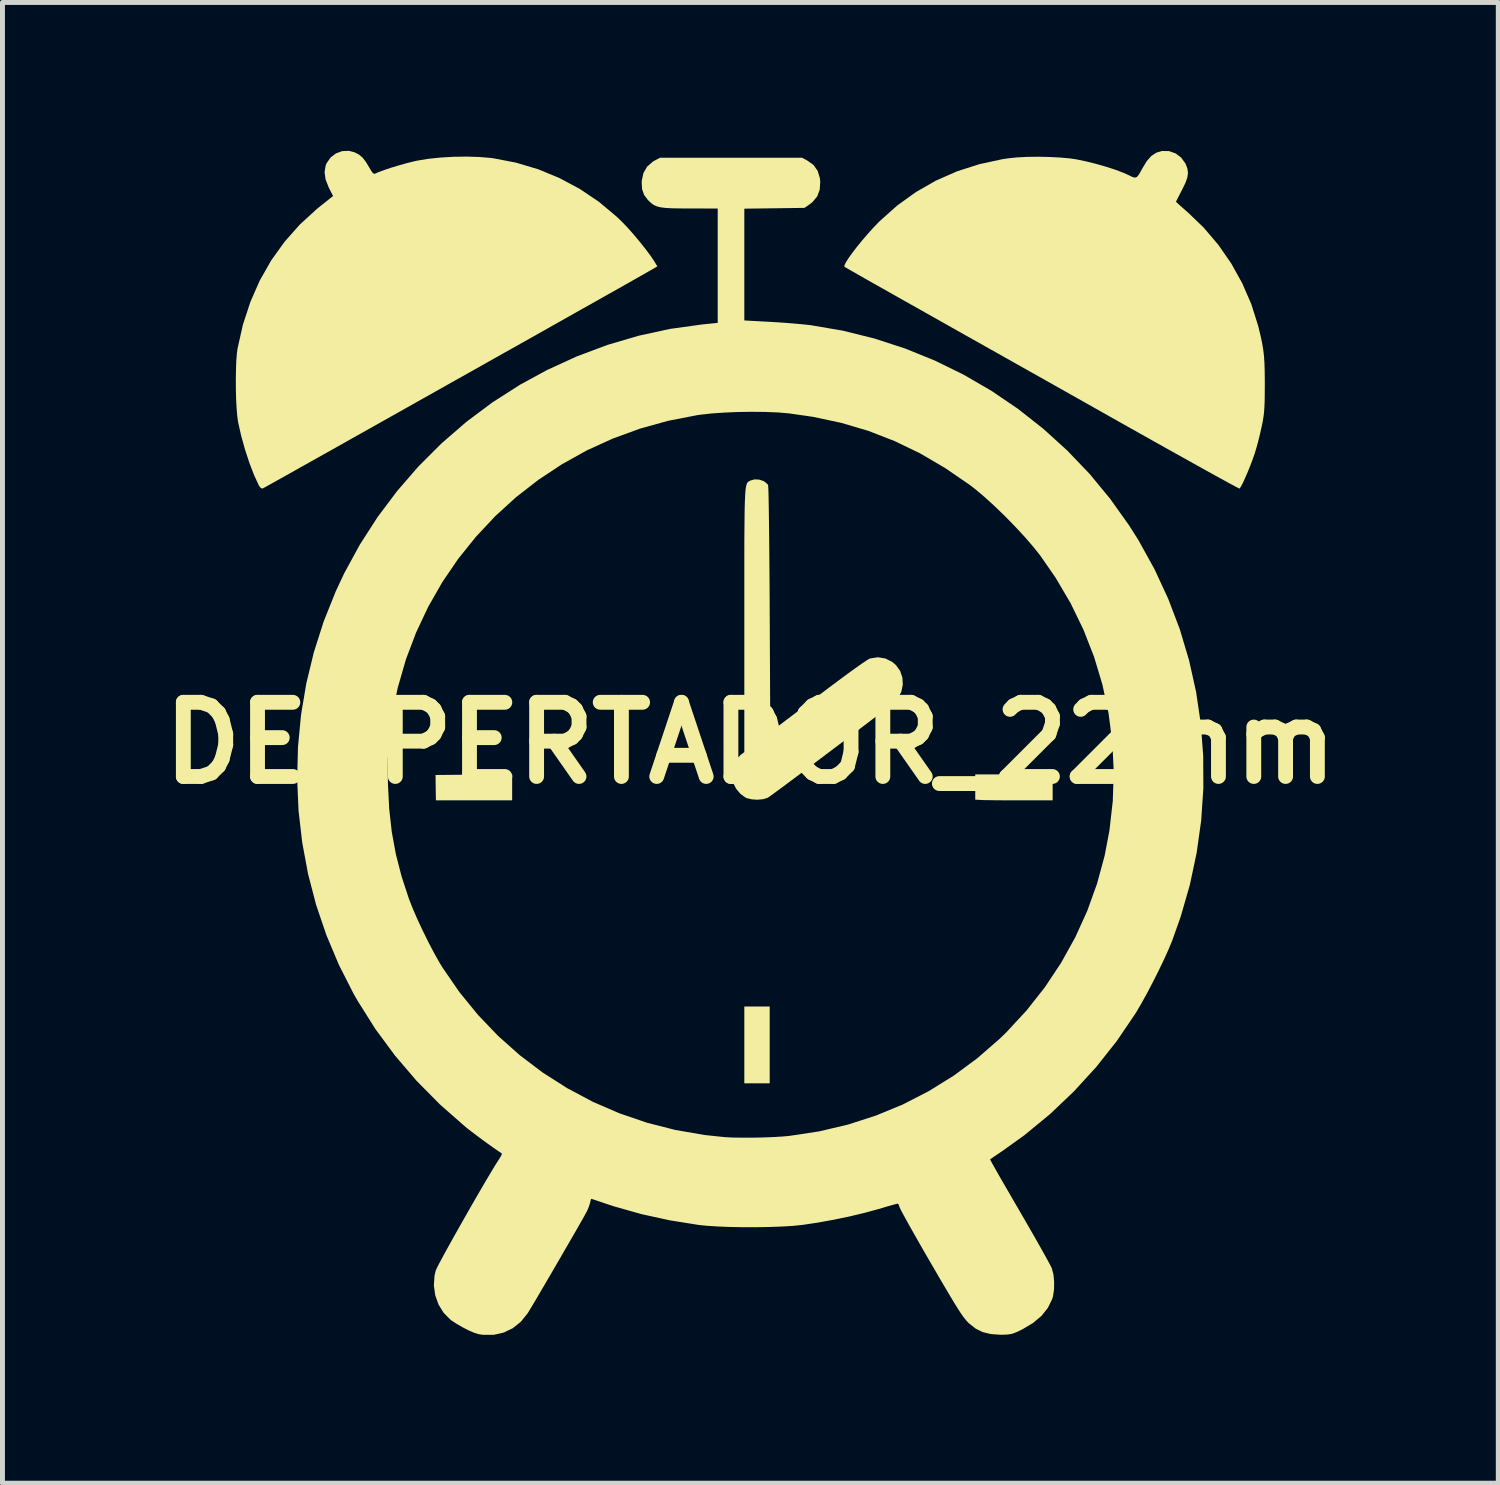
<source format=kicad_pcb>
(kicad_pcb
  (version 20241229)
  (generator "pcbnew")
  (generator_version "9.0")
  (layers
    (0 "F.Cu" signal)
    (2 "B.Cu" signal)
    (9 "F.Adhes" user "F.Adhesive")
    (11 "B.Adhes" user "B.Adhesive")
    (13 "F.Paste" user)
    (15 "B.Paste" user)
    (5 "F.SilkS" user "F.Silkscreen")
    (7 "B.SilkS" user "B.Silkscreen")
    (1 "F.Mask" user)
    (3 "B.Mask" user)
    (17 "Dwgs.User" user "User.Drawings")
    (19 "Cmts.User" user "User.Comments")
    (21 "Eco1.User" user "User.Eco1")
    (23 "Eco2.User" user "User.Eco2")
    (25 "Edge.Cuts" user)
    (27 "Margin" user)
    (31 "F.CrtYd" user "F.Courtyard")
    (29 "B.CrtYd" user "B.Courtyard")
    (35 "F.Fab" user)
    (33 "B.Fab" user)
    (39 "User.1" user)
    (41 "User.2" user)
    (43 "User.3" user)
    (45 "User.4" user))
  (footprint "DESPERTADOR_22mm"
    (layer "F.Cu")
    (at 12.121 11.971)
    (property "Reference" "DESPERTADOR_22mm" (at 0 0 0) (layer "F.SilkS") (effects (font (size 1.5 1.5) (thickness 0.3))))
    (attr board_only exclude_from_pos_files exclude_from_bom)
    (fp_poly (pts (xy 0.391 6.106) (xy 0.391 6.882) (xy 0.134 6.882) (xy -0.122 6.882) (xy -0.122 6.106) (xy -0.122 5.329) (xy 0.134 5.329) (xy 0.391 5.329)) (stroke (width 0) (type solid)) (fill yes) (layer "F.SilkS"))
    (fp_poly (pts (xy 6.112 0.898) (xy 6.112 1.161) (xy 5.47 1.161) (xy 5.289 1.161) (xy 5.117 1.16) (xy 4.961 1.159) (xy 4.831 1.157) (xy 4.735 1.156) (xy 4.688 1.154) (xy 4.547 1.147) (xy 4.547 0.891) (xy 4.547 0.636) (xy 5.329 0.636) (xy 6.112 0.636)) (stroke (width 0) (type solid)) (fill yes) (layer "F.SilkS"))
    (fp_poly (pts (xy -4.816 0.898) (xy -4.816 1.161) (xy -5.586 1.161) (xy -5.775 1.161) (xy -5.946 1.161) (xy -6.096 1.161) (xy -6.217 1.161) (xy -6.304 1.161) (xy -6.35 1.161) (xy -6.357 1.161) (xy -6.358 1.138) (xy -6.359 1.077) (xy -6.361 0.987) (xy -6.362 0.905) (xy -6.365 0.648) (xy -5.591 0.641) (xy -4.816 0.635)) (stroke (width 0) (type solid)) (fill yes) (layer "F.SilkS"))
    (fp_poly (pts (xy 0.185 -5.323) (xy 0.276 -5.291) (xy 0.343 -5.236) (xy 0.359 -5.212) (xy 0.361 -5.182) (xy 0.365 -5.107) (xy 0.368 -4.989) (xy 0.371 -4.833) (xy 0.374 -4.641) (xy 0.377 -4.416) (xy 0.38 -4.163) (xy 0.383 -3.884) (xy 0.385 -3.583) (xy 0.388 -3.263) (xy 0.39 -2.927) (xy 0.391 -2.694) (xy 0.403 -0.218) (xy 1.367 -0.95) (xy 1.587 -1.116) (xy 1.788 -1.266) (xy 1.966 -1.398) (xy 2.12 -1.509) (xy 2.246 -1.598) (xy 2.341 -1.662) (xy 2.402 -1.7) (xy 2.421 -1.708) (xy 2.578 -1.732) (xy 2.729 -1.708) (xy 2.868 -1.638) (xy 2.943 -1.574) (xy 3.028 -1.457) (xy 3.074 -1.321) (xy 3.082 -1.176) (xy 3.052 -1.034) (xy 2.984 -0.904) (xy 2.917 -0.829) (xy 2.88 -0.797) (xy 2.808 -0.74) (xy 2.706 -0.661) (xy 2.578 -0.563) (xy 2.428 -0.448) (xy 2.261 -0.321) (xy 2.08 -0.184) (xy 1.89 -0.039) (xy 1.695 0.108) (xy 1.498 0.257) (xy 1.304 0.403) (xy 1.117 0.543) (xy 0.941 0.675) (xy 0.78 0.795) (xy 0.639 0.9) (xy 0.521 0.987) (xy 0.43 1.053) (xy 0.371 1.095) (xy 0.35 1.109) (xy 0.258 1.137) (xy 0.142 1.148) (xy 0.024 1.14) (xy -0.077 1.115) (xy -0.093 1.108) (xy -0.199 1.032) (xy -0.288 0.926) (xy -0.351 0.801) (xy -0.383 0.671) (xy -0.378 0.557) (xy -0.336 0.431) (xy -0.271 0.319) (xy -0.195 0.24) (xy -0.122 0.186) (xy -0.122 -2.475) (xy -0.122 -2.901) (xy -0.122 -3.281) (xy -0.122 -3.618) (xy -0.122 -3.914) (xy -0.121 -4.172) (xy -0.119 -4.395) (xy -0.117 -4.584) (xy -0.115 -4.744) (xy -0.111 -4.877) (xy -0.106 -4.985) (xy -0.101 -5.072) (xy -0.094 -5.139) (xy -0.086 -5.19) (xy -0.076 -5.227) (xy -0.065 -5.254) (xy -0.052 -5.272) (xy -0.038 -5.284) (xy -0.021 -5.294) (xy -0.003 -5.303) (xy -0.001 -5.304) (xy 0.087 -5.329)) (stroke (width 0) (type solid)) (fill yes) (layer "F.SilkS"))
    (fp_poly (pts (xy -8 -11.941) (xy -7.913 -11.896) (xy -7.841 -11.835) (xy -7.773 -11.747) (xy -7.711 -11.644) (xy -7.663 -11.563) (xy -7.63 -11.52) (xy -7.603 -11.506) (xy -7.583 -11.512) (xy -7.51 -11.544) (xy -7.401 -11.584) (xy -7.266 -11.629) (xy -7.118 -11.674) (xy -6.967 -11.717) (xy -6.825 -11.753) (xy -6.737 -11.773) (xy -6.521 -11.809) (xy -6.273 -11.835) (xy -6.007 -11.851) (xy -5.738 -11.855) (xy -5.481 -11.847) (xy -5.25 -11.828) (xy -5.203 -11.822) (xy -4.74 -11.733) (xy -4.29 -11.599) (xy -3.858 -11.42) (xy -3.447 -11.2) (xy -3.061 -10.94) (xy -2.704 -10.641) (xy -2.59 -10.531) (xy -2.479 -10.415) (xy -2.358 -10.278) (xy -2.235 -10.131) (xy -2.119 -9.985) (xy -2.018 -9.85) (xy -1.941 -9.736) (xy -1.925 -9.709) (xy -1.881 -9.635) (xy -2.047 -9.539) (xy -2.1 -9.509) (xy -2.191 -9.457) (xy -2.318 -9.385) (xy -2.477 -9.295) (xy -2.667 -9.187) (xy -2.885 -9.065) (xy -3.129 -8.927) (xy -3.395 -8.778) (xy -3.68 -8.617) (xy -3.984 -8.446) (xy -4.302 -8.266) (xy -4.633 -8.08) (xy -4.973 -7.889) (xy -5.321 -7.693) (xy -5.673 -7.495) (xy -6.028 -7.296) (xy -6.381 -7.097) (xy -6.732 -6.9) (xy -7.076 -6.706) (xy -7.413 -6.517) (xy -7.738 -6.334) (xy -8.05 -6.159) (xy -8.346 -5.992) (xy -8.623 -5.837) (xy -8.879 -5.693) (xy -9.112 -5.563) (xy -9.317 -5.447) (xy -9.494 -5.348) (xy -9.64 -5.267) (xy -9.751 -5.205) (xy -9.825 -5.164) (xy -9.86 -5.145) (xy -9.862 -5.143) (xy -9.899 -5.154) (xy -9.936 -5.204) (xy -10.034 -5.415) (xy -10.129 -5.663) (xy -10.218 -5.934) (xy -10.296 -6.215) (xy -10.358 -6.491) (xy -10.374 -6.608) (xy -10.387 -6.763) (xy -10.397 -6.944) (xy -10.402 -7.142) (xy -10.403 -7.344) (xy -10.4 -7.54) (xy -10.394 -7.72) (xy -10.382 -7.871) (xy -10.369 -7.97) (xy -10.26 -8.456) (xy -10.109 -8.916) (xy -9.919 -9.349) (xy -9.689 -9.754) (xy -9.419 -10.131) (xy -9.111 -10.479) (xy -8.765 -10.796) (xy -8.69 -10.857) (xy -8.437 -11.058) (xy -8.523 -11.227) (xy -8.588 -11.391) (xy -8.609 -11.539) (xy -8.587 -11.673) (xy -8.568 -11.72) (xy -8.488 -11.836) (xy -8.379 -11.919) (xy -8.252 -11.966) (xy -8.115 -11.971)) (stroke (width 0) (type solid)) (fill yes) (layer "F.SilkS"))
    (fp_poly (pts (xy 8.465 -11.966) (xy 8.597 -11.92) (xy 8.709 -11.836) (xy 8.794 -11.719) (xy 8.804 -11.699) (xy 8.837 -11.609) (xy 8.848 -11.524) (xy 8.835 -11.433) (xy 8.797 -11.325) (xy 8.731 -11.189) (xy 8.727 -11.182) (xy 8.678 -11.086) (xy 8.638 -11.008) (xy 8.612 -10.957) (xy 8.605 -10.941) (xy 8.623 -10.924) (xy 8.67 -10.881) (xy 8.741 -10.818) (xy 8.827 -10.743) (xy 8.838 -10.734) (xy 9.165 -10.42) (xy 9.461 -10.072) (xy 9.723 -9.694) (xy 9.946 -9.292) (xy 10.128 -8.873) (xy 10.265 -8.44) (xy 10.276 -8.397) (xy 10.316 -8.23) (xy 10.347 -8.086) (xy 10.369 -7.954) (xy 10.385 -7.822) (xy 10.394 -7.68) (xy 10.399 -7.516) (xy 10.401 -7.319) (xy 10.401 -7.236) (xy 10.4 -7.051) (xy 10.398 -6.904) (xy 10.393 -6.786) (xy 10.386 -6.686) (xy 10.375 -6.596) (xy 10.36 -6.504) (xy 10.339 -6.401) (xy 10.334 -6.379) (xy 10.302 -6.236) (xy 10.264 -6.084) (xy 10.225 -5.944) (xy 10.198 -5.854) (xy 10.157 -5.737) (xy 10.11 -5.612) (xy 10.059 -5.486) (xy 10.008 -5.368) (xy 9.962 -5.267) (xy 9.923 -5.191) (xy 9.896 -5.149) (xy 9.889 -5.143) (xy 9.865 -5.154) (xy 9.801 -5.187) (xy 9.699 -5.242) (xy 9.564 -5.316) (xy 9.396 -5.408) (xy 9.199 -5.517) (xy 8.975 -5.642) (xy 8.728 -5.78) (xy 8.459 -5.93) (xy 8.171 -6.091) (xy 7.867 -6.262) (xy 7.55 -6.44) (xy 7.346 -6.555) (xy 6.986 -6.758) (xy 6.614 -6.968) (xy 6.234 -7.182) (xy 5.853 -7.397) (xy 5.474 -7.61) (xy 5.103 -7.819) (xy 4.746 -8.02) (xy 4.406 -8.211) (xy 4.09 -8.389) (xy 3.803 -8.551) (xy 3.549 -8.694) (xy 3.374 -8.793) (xy 3.128 -8.931) (xy 2.896 -9.062) (xy 2.679 -9.185) (xy 2.481 -9.296) (xy 2.307 -9.395) (xy 2.16 -9.479) (xy 2.042 -9.546) (xy 1.958 -9.595) (xy 1.911 -9.622) (xy 1.902 -9.628) (xy 1.903 -9.659) (xy 1.933 -9.72) (xy 1.988 -9.806) (xy 2.063 -9.911) (xy 2.154 -10.029) (xy 2.257 -10.156) (xy 2.367 -10.284) (xy 2.48 -10.41) (xy 2.591 -10.526) (xy 2.622 -10.556) (xy 2.973 -10.869) (xy 3.351 -11.14) (xy 3.753 -11.37) (xy 4.179 -11.557) (xy 4.628 -11.701) (xy 5.099 -11.803) (xy 5.222 -11.821) (xy 5.394 -11.839) (xy 5.598 -11.849) (xy 5.82 -11.852) (xy 6.046 -11.847) (xy 6.263 -11.836) (xy 6.456 -11.819) (xy 6.597 -11.798) (xy 6.792 -11.757) (xy 6.996 -11.706) (xy 7.198 -11.648) (xy 7.384 -11.588) (xy 7.543 -11.527) (xy 7.649 -11.48) (xy 7.722 -11.444) (xy 7.774 -11.43) (xy 7.814 -11.442) (xy 7.851 -11.485) (xy 7.897 -11.564) (xy 7.925 -11.615) (xy 8.015 -11.764) (xy 8.108 -11.869) (xy 8.21 -11.935) (xy 8.324 -11.968)) (stroke (width 0) (type solid)) (fill yes) (layer "F.SilkS"))
    (fp_poly (pts (xy 1.151 -11.775) (xy 1.276 -11.686) (xy 1.36 -11.568) (xy 1.405 -11.422) (xy 1.413 -11.348) (xy 1.403 -11.187) (xy 1.352 -11.051) (xy 1.258 -10.937) (xy 1.2 -10.891) (xy 1.096 -10.818) (xy 0.487 -10.81) (xy -0.122 -10.802) (xy -0.122 -9.672) (xy -0.122 -8.542) (xy 0.409 -8.513) (xy 0.588 -8.502) (xy 0.771 -8.489) (xy 0.944 -8.474) (xy 1.096 -8.46) (xy 1.214 -8.447) (xy 1.222 -8.446) (xy 1.871 -8.335) (xy 2.507 -8.177) (xy 3.128 -7.975) (xy 3.732 -7.73) (xy 4.316 -7.443) (xy 4.879 -7.116) (xy 5.416 -6.751) (xy 5.927 -6.348) (xy 6.409 -5.91) (xy 6.86 -5.439) (xy 7.276 -4.934) (xy 7.657 -4.399) (xy 7.846 -4.1) (xy 8.17 -3.515) (xy 8.449 -2.913) (xy 8.683 -2.298) (xy 8.87 -1.67) (xy 9.012 -1.033) (xy 9.107 -0.388) (xy 9.156 0.262) (xy 9.159 0.915) (xy 9.115 1.57) (xy 9.023 2.223) (xy 8.885 2.873) (xy 8.699 3.517) (xy 8.526 4.005) (xy 8.454 4.177) (xy 8.363 4.379) (xy 8.257 4.599) (xy 8.143 4.826) (xy 8.027 5.048) (xy 7.914 5.253) (xy 7.81 5.431) (xy 7.782 5.476) (xy 7.407 6.029) (xy 6.992 6.553) (xy 6.541 7.046) (xy 6.057 7.506) (xy 5.542 7.93) (xy 5.097 8.249) (xy 5.003 8.313) (xy 4.924 8.366) (xy 4.869 8.404) (xy 4.846 8.42) (xy 4.846 8.42) (xy 4.857 8.442) (xy 4.89 8.502) (xy 4.943 8.596) (xy 5.013 8.72) (xy 5.099 8.87) (xy 5.199 9.042) (xy 5.308 9.231) (xy 5.427 9.435) (xy 5.443 9.463) (xy 5.565 9.673) (xy 5.68 9.873) (xy 5.787 10.06) (xy 5.882 10.228) (xy 5.963 10.373) (xy 6.027 10.49) (xy 6.072 10.574) (xy 6.095 10.621) (xy 6.095 10.622) (xy 6.128 10.746) (xy 6.142 10.895) (xy 6.14 11.049) (xy 6.119 11.189) (xy 6.102 11.245) (xy 6.014 11.424) (xy 5.887 11.583) (xy 5.718 11.725) (xy 5.505 11.853) (xy 5.434 11.888) (xy 5.347 11.927) (xy 5.276 11.95) (xy 5.201 11.961) (xy 5.104 11.965) (xy 5.048 11.965) (xy 4.856 11.951) (xy 4.695 11.911) (xy 4.553 11.84) (xy 4.417 11.732) (xy 4.411 11.726) (xy 4.377 11.691) (xy 4.34 11.647) (xy 4.297 11.591) (xy 4.247 11.518) (xy 4.187 11.425) (xy 4.115 11.308) (xy 4.028 11.163) (xy 3.924 10.988) (xy 3.8 10.777) (xy 3.655 10.527) (xy 3.653 10.524) (xy 3.531 10.313) (xy 3.416 10.113) (xy 3.311 9.928) (xy 3.218 9.763) (xy 3.14 9.622) (xy 3.078 9.509) (xy 3.036 9.429) (xy 3.016 9.386) (xy 3.015 9.381) (xy 2.998 9.333) (xy 2.979 9.314) (xy 2.949 9.321) (xy 2.881 9.339) (xy 2.783 9.367) (xy 2.665 9.402) (xy 2.591 9.424) (xy 2.313 9.5) (xy 2.004 9.574) (xy 1.68 9.641) (xy 1.359 9.699) (xy 1.057 9.744) (xy 1.039 9.746) (xy 0.853 9.765) (xy 0.63 9.778) (xy 0.38 9.787) (xy 0.114 9.791) (xy -0.155 9.791) (xy -0.419 9.786) (xy -0.665 9.776) (xy -0.883 9.762) (xy -1.039 9.746) (xy -1.623 9.653) (xy -2.197 9.528) (xy -2.749 9.372) (xy -2.92 9.316) (xy -3.031 9.278) (xy -3.123 9.247) (xy -3.188 9.226) (xy -3.217 9.216) (xy -3.218 9.216) (xy -3.226 9.237) (xy -3.239 9.289) (xy -3.24 9.296) (xy -3.263 9.37) (xy -3.297 9.454) (xy -3.307 9.473) (xy -3.333 9.521) (xy -3.38 9.606) (xy -3.446 9.722) (xy -3.527 9.864) (xy -3.62 10.025) (xy -3.722 10.201) (xy -3.829 10.386) (xy -3.939 10.575) (xy -4.047 10.761) (xy -4.152 10.94) (xy -4.249 11.106) (xy -4.335 11.253) (xy -4.408 11.375) (xy -4.464 11.468) (xy -4.499 11.526) (xy -4.501 11.529) (xy -4.638 11.7) (xy -4.801 11.832) (xy -4.986 11.921) (xy -5.188 11.967) (xy -5.403 11.967) (xy -5.497 11.953) (xy -5.583 11.926) (xy -5.694 11.878) (xy -5.817 11.815) (xy -5.937 11.746) (xy -6.042 11.677) (xy -6.07 11.655) (xy -6.204 11.519) (xy -6.305 11.354) (xy -6.371 11.168) (xy -6.399 10.972) (xy -6.386 10.774) (xy -6.361 10.667) (xy -6.341 10.622) (xy -6.3 10.54) (xy -6.239 10.427) (xy -6.163 10.286) (xy -6.073 10.124) (xy -5.974 9.946) (xy -5.867 9.756) (xy -5.756 9.561) (xy -5.644 9.364) (xy -5.533 9.172) (xy -5.427 8.989) (xy -5.328 8.82) (xy -5.239 8.671) (xy -5.164 8.547) (xy -5.105 8.453) (xy -5.077 8.411) (xy -5.034 8.339) (xy -5.025 8.299) (xy -5.033 8.293) (xy -5.064 8.274) (xy -5.126 8.232) (xy -5.212 8.172) (xy -5.313 8.1) (xy -5.422 8.02) (xy -5.53 7.94) (xy -5.631 7.864) (xy -5.715 7.799) (xy -5.757 7.765) (xy -6.271 7.314) (xy -6.747 6.833) (xy -7.184 6.322) (xy -7.582 5.783) (xy -7.939 5.216) (xy -8.021 5.073) (xy -8.318 4.489) (xy -8.571 3.888) (xy -8.78 3.273) (xy -8.943 2.646) (xy -9.061 2.011) (xy -9.135 1.369) (xy -9.163 0.724) (xy -9.16 0.613) (xy -7.331 0.613) (xy -7.327 0.837) (xy -7.302 1.333) (xy -7.25 1.8) (xy -7.167 2.251) (xy -7.052 2.698) (xy -6.907 3.141) (xy -6.831 3.336) (xy -6.735 3.558) (xy -6.625 3.794) (xy -6.508 4.03) (xy -6.391 4.254) (xy -6.279 4.452) (xy -6.224 4.542) (xy -5.884 5.036) (xy -5.509 5.496) (xy -5.102 5.922) (xy -4.664 6.312) (xy -4.198 6.665) (xy -3.705 6.979) (xy -3.189 7.254) (xy -2.651 7.487) (xy -2.093 7.678) (xy -1.517 7.825) (xy -0.926 7.927) (xy -0.518 7.97) (xy -0.366 7.978) (xy -0.179 7.981) (xy 0.029 7.981) (xy 0.245 7.977) (xy 0.455 7.969) (xy 0.646 7.958) (xy 0.795 7.944) (xy 1.39 7.854) (xy 1.971 7.717) (xy 2.536 7.535) (xy 3.082 7.31) (xy 3.607 7.04) (xy 4.109 6.729) (xy 4.587 6.376) (xy 5.038 5.984) (xy 5.183 5.843) (xy 5.588 5.405) (xy 5.955 4.939) (xy 6.282 4.447) (xy 6.568 3.932) (xy 6.811 3.397) (xy 7.01 2.844) (xy 7.164 2.276) (xy 7.26 1.77) (xy 7.328 1.171) (xy 7.347 0.575) (xy 7.318 -0.016) (xy 7.242 -0.6) (xy 7.119 -1.175) (xy 6.95 -1.739) (xy 6.735 -2.289) (xy 6.475 -2.825) (xy 6.17 -3.343) (xy 5.861 -3.789) (xy 5.716 -3.971) (xy 5.542 -4.172) (xy 5.348 -4.381) (xy 5.142 -4.591) (xy 4.933 -4.793) (xy 4.73 -4.977) (xy 4.541 -5.136) (xy 4.437 -5.216) (xy 3.938 -5.558) (xy 3.433 -5.854) (xy 2.917 -6.103) (xy 2.387 -6.309) (xy 1.839 -6.471) (xy 1.268 -6.593) (xy 0.782 -6.663) (xy 0.563 -6.682) (xy 0.309 -6.692) (xy 0.033 -6.695) (xy -0.251 -6.691) (xy -0.53 -6.679) (xy -0.791 -6.661) (xy -1.021 -6.635) (xy -1.076 -6.627) (xy -1.662 -6.513) (xy -2.231 -6.355) (xy -2.779 -6.155) (xy -3.306 -5.915) (xy -3.809 -5.635) (xy -4.287 -5.319) (xy -4.737 -4.969) (xy -5.158 -4.585) (xy -5.548 -4.169) (xy -5.905 -3.725) (xy -6.227 -3.253) (xy -6.512 -2.755) (xy -6.758 -2.233) (xy -6.964 -1.689) (xy -7.127 -1.124) (xy -7.222 -0.685) (xy -7.265 -0.424) (xy -7.297 -0.178) (xy -7.318 0.069) (xy -7.329 0.328) (xy -7.331 0.613) (xy -9.16 0.613) (xy -9.146 0.078) (xy -9.085 -0.565) (xy -8.978 -1.204) (xy -8.825 -1.835) (xy -8.627 -2.455) (xy -8.384 -3.062) (xy -8.213 -3.427) (xy -7.896 -4.009) (xy -7.538 -4.565) (xy -7.142 -5.093) (xy -6.71 -5.591) (xy -6.243 -6.057) (xy -5.745 -6.489) (xy -5.217 -6.884) (xy -4.661 -7.24) (xy -4.11 -7.54) (xy -3.505 -7.817) (xy -2.887 -8.048) (xy -2.259 -8.233) (xy -1.624 -8.371) (xy -0.984 -8.46) (xy -0.961 -8.463) (xy -0.66 -8.493) (xy -0.66 -9.649) (xy -0.66 -10.805) (xy -1.228 -10.806) (xy -1.431 -10.807) (xy -1.591 -10.81) (xy -1.715 -10.817) (xy -1.812 -10.829) (xy -1.886 -10.847) (xy -1.946 -10.873) (xy -1.998 -10.908) (xy -2.048 -10.954) (xy -2.071 -10.977) (xy -2.148 -11.079) (xy -2.189 -11.195) (xy -2.197 -11.338) (xy -2.195 -11.37) (xy -2.162 -11.523) (xy -2.087 -11.652) (xy -1.973 -11.752) (xy -1.934 -11.775) (xy -1.826 -11.832) (xy -0.391 -11.832) (xy 1.044 -11.832)) (stroke (width 0) (type solid)) (fill yes) (layer "F.SilkS")))
  (gr_rect
    (start -3 -3)
    (end 27.243 26.938)
    (stroke (width 0.1) (type default))
    (fill no)
    (layer "Edge.Cuts")))
</source>
